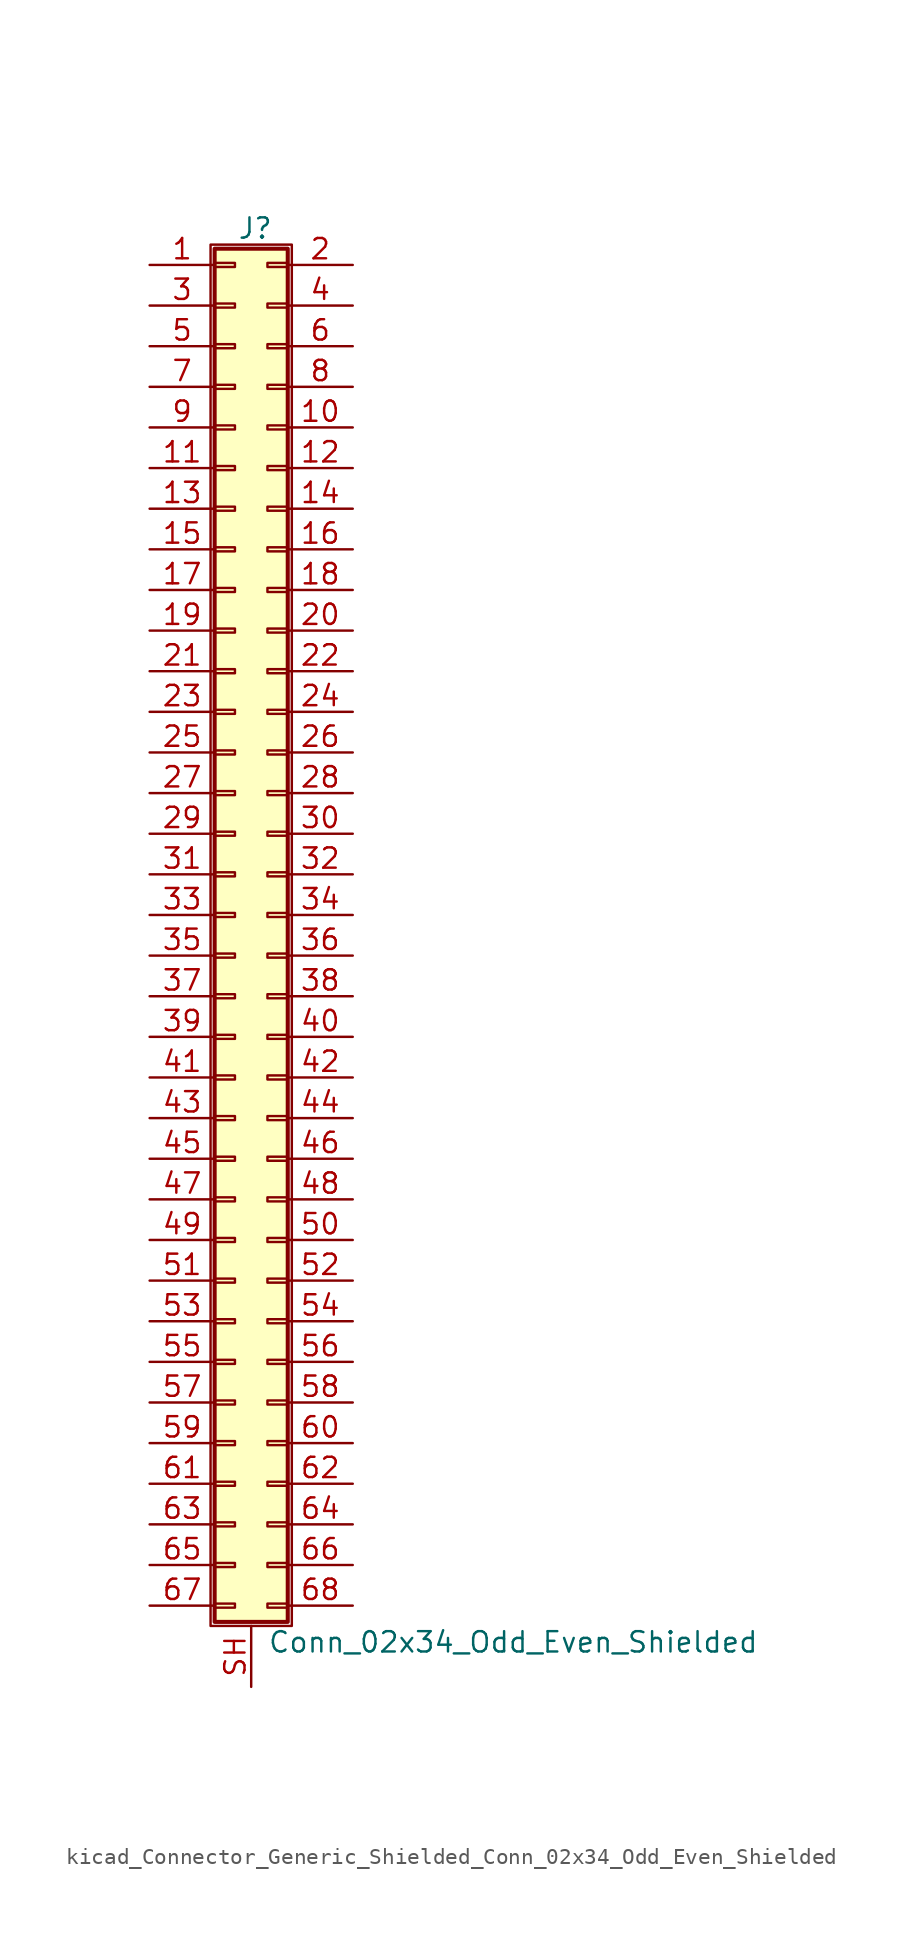
<source format=kicad_sym>
(kicad_symbol_lib
  (version 20220914)
  (generator kicad_symbol_editor)
  (symbol "kicad_Connector_Generic_Shielded_Conn_02x34_Odd_Even_Shielded"
    (pin_names
      (offset 1.016) hide)
    (property "Reference" "J"
      (at 1.524 42.926 0)
      (effects (font (size 1.27 1.27))))
    (property "Value" "Conn_02x34_Odd_Even_Shielded"
      (at 2.286 -45.466 0)
      (effects (font (size 1.27 1.27)) (justify left)))
    (symbol "kicad_Connector_Generic_Shielded_Conn_02x34_Odd_Even_Shielded_1_1"
      (rectangle (start -1.27 41.91) (end 3.81 -44.45) (stroke (width 0.152) (type default)) (fill (type none)))
      (rectangle (start -1.016 -43.053) (end 0.254 -43.307) (stroke (width 0.152) (type default)) (fill (type none)))
      (rectangle (start -1.016 -40.513) (end 0.254 -40.767) (stroke (width 0.152) (type default)) (fill (type none)))
      (rectangle (start -1.016 -37.973) (end 0.254 -38.227) (stroke (width 0.152) (type default)) (fill (type none)))
      (rectangle (start -1.016 -35.433) (end 0.254 -35.687) (stroke (width 0.152) (type default)) (fill (type none)))
      (rectangle (start -1.016 -32.893) (end 0.254 -33.147) (stroke (width 0.152) (type default)) (fill (type none)))
      (rectangle (start -1.016 -30.353) (end 0.254 -30.607) (stroke (width 0.152) (type default)) (fill (type none)))
      (rectangle (start -1.016 -27.813) (end 0.254 -28.067) (stroke (width 0.152) (type default)) (fill (type none)))
      (rectangle (start -1.016 -25.273) (end 0.254 -25.527) (stroke (width 0.152) (type default)) (fill (type none)))
      (rectangle (start -1.016 -22.733) (end 0.254 -22.987) (stroke (width 0.152) (type default)) (fill (type none)))
      (rectangle (start -1.016 -20.193) (end 0.254 -20.447) (stroke (width 0.152) (type default)) (fill (type none)))
      (rectangle (start -1.016 -17.653) (end 0.254 -17.907) (stroke (width 0.152) (type default)) (fill (type none)))
      (rectangle (start -1.016 -15.113) (end 0.254 -15.367) (stroke (width 0.152) (type default)) (fill (type none)))
      (rectangle (start -1.016 -12.573) (end 0.254 -12.827) (stroke (width 0.152) (type default)) (fill (type none)))
      (rectangle (start -1.016 -10.033) (end 0.254 -10.287) (stroke (width 0.152) (type default)) (fill (type none)))
      (rectangle (start -1.016 -7.493) (end 0.254 -7.747) (stroke (width 0.152) (type default)) (fill (type none)))
      (rectangle (start -1.016 -4.953) (end 0.254 -5.207) (stroke (width 0.152) (type default)) (fill (type none)))
      (rectangle (start -1.016 -2.413) (end 0.254 -2.667) (stroke (width 0.152) (type default)) (fill (type none)))
      (rectangle (start -1.016 0.127) (end 0.254 -0.127) (stroke (width 0.152) (type default)) (fill (type none)))
      (rectangle (start -1.016 2.667) (end 0.254 2.413) (stroke (width 0.152) (type default)) (fill (type none)))
      (rectangle (start -1.016 5.207) (end 0.254 4.953) (stroke (width 0.152) (type default)) (fill (type none)))
      (rectangle (start -1.016 7.747) (end 0.254 7.493) (stroke (width 0.152) (type default)) (fill (type none)))
      (rectangle (start -1.016 10.287) (end 0.254 10.033) (stroke (width 0.152) (type default)) (fill (type none)))
      (rectangle (start -1.016 12.827) (end 0.254 12.573) (stroke (width 0.152) (type default)) (fill (type none)))
      (rectangle (start -1.016 15.367) (end 0.254 15.113) (stroke (width 0.152) (type default)) (fill (type none)))
      (rectangle (start -1.016 17.907) (end 0.254 17.653) (stroke (width 0.152) (type default)) (fill (type none)))
      (rectangle (start -1.016 20.447) (end 0.254 20.193) (stroke (width 0.152) (type default)) (fill (type none)))
      (rectangle (start -1.016 22.987) (end 0.254 22.733) (stroke (width 0.152) (type default)) (fill (type none)))
      (rectangle (start -1.016 25.527) (end 0.254 25.273) (stroke (width 0.152) (type default)) (fill (type none)))
      (rectangle (start -1.016 28.067) (end 0.254 27.813) (stroke (width 0.152) (type default)) (fill (type none)))
      (rectangle (start -1.016 30.607) (end 0.254 30.353) (stroke (width 0.152) (type default)) (fill (type none)))
      (rectangle (start -1.016 33.147) (end 0.254 32.893) (stroke (width 0.152) (type default)) (fill (type none)))
      (rectangle (start -1.016 35.687) (end 0.254 35.433) (stroke (width 0.152) (type default)) (fill (type none)))
      (rectangle (start -1.016 38.227) (end 0.254 37.973) (stroke (width 0.152) (type default)) (fill (type none)))
      (rectangle (start -1.016 40.767) (end 0.254 40.513) (stroke (width 0.152) (type default)) (fill (type none)))
      (rectangle (start -1.016 41.656) (end 3.556 -44.196) (stroke (width 0.254) (type default)) (fill (type background)))
      (rectangle (start 3.556 -43.053) (end 2.286 -43.307) (stroke (width 0.152) (type default)) (fill (type none)))
      (rectangle (start 3.556 -40.513) (end 2.286 -40.767) (stroke (width 0.152) (type default)) (fill (type none)))
      (rectangle (start 3.556 -37.973) (end 2.286 -38.227) (stroke (width 0.152) (type default)) (fill (type none)))
      (rectangle (start 3.556 -35.433) (end 2.286 -35.687) (stroke (width 0.152) (type default)) (fill (type none)))
      (rectangle (start 3.556 -32.893) (end 2.286 -33.147) (stroke (width 0.152) (type default)) (fill (type none)))
      (rectangle (start 3.556 -30.353) (end 2.286 -30.607) (stroke (width 0.152) (type default)) (fill (type none)))
      (rectangle (start 3.556 -27.813) (end 2.286 -28.067) (stroke (width 0.152) (type default)) (fill (type none)))
      (rectangle (start 3.556 -25.273) (end 2.286 -25.527) (stroke (width 0.152) (type default)) (fill (type none)))
      (rectangle (start 3.556 -22.733) (end 2.286 -22.987) (stroke (width 0.152) (type default)) (fill (type none)))
      (rectangle (start 3.556 -20.193) (end 2.286 -20.447) (stroke (width 0.152) (type default)) (fill (type none)))
      (rectangle (start 3.556 -17.653) (end 2.286 -17.907) (stroke (width 0.152) (type default)) (fill (type none)))
      (rectangle (start 3.556 -15.113) (end 2.286 -15.367) (stroke (width 0.152) (type default)) (fill (type none)))
      (rectangle (start 3.556 -12.573) (end 2.286 -12.827) (stroke (width 0.152) (type default)) (fill (type none)))
      (rectangle (start 3.556 -10.033) (end 2.286 -10.287) (stroke (width 0.152) (type default)) (fill (type none)))
      (rectangle (start 3.556 -7.493) (end 2.286 -7.747) (stroke (width 0.152) (type default)) (fill (type none)))
      (rectangle (start 3.556 -4.953) (end 2.286 -5.207) (stroke (width 0.152) (type default)) (fill (type none)))
      (rectangle (start 3.556 -2.413) (end 2.286 -2.667) (stroke (width 0.152) (type default)) (fill (type none)))
      (rectangle (start 3.556 0.127) (end 2.286 -0.127) (stroke (width 0.152) (type default)) (fill (type none)))
      (rectangle (start 3.556 2.667) (end 2.286 2.413) (stroke (width 0.152) (type default)) (fill (type none)))
      (rectangle (start 3.556 5.207) (end 2.286 4.953) (stroke (width 0.152) (type default)) (fill (type none)))
      (rectangle (start 3.556 7.747) (end 2.286 7.493) (stroke (width 0.152) (type default)) (fill (type none)))
      (rectangle (start 3.556 10.287) (end 2.286 10.033) (stroke (width 0.152) (type default)) (fill (type none)))
      (rectangle (start 3.556 12.827) (end 2.286 12.573) (stroke (width 0.152) (type default)) (fill (type none)))
      (rectangle (start 3.556 15.367) (end 2.286 15.113) (stroke (width 0.152) (type default)) (fill (type none)))
      (rectangle (start 3.556 17.907) (end 2.286 17.653) (stroke (width 0.152) (type default)) (fill (type none)))
      (rectangle (start 3.556 20.447) (end 2.286 20.193) (stroke (width 0.152) (type default)) (fill (type none)))
      (rectangle (start 3.556 22.987) (end 2.286 22.733) (stroke (width 0.152) (type default)) (fill (type none)))
      (rectangle (start 3.556 25.527) (end 2.286 25.273) (stroke (width 0.152) (type default)) (fill (type none)))
      (rectangle (start 3.556 28.067) (end 2.286 27.813) (stroke (width 0.152) (type default)) (fill (type none)))
      (rectangle (start 3.556 30.607) (end 2.286 30.353) (stroke (width 0.152) (type default)) (fill (type none)))
      (rectangle (start 3.556 33.147) (end 2.286 32.893) (stroke (width 0.152) (type default)) (fill (type none)))
      (rectangle (start 3.556 35.687) (end 2.286 35.433) (stroke (width 0.152) (type default)) (fill (type none)))
      (rectangle (start 3.556 38.227) (end 2.286 37.973) (stroke (width 0.152) (type default)) (fill (type none)))
      (rectangle (start 3.556 40.767) (end 2.286 40.513) (stroke (width 0.152) (type default)) (fill (type none)))
      (pin passive line (at -5.08 40.64 0) (length 4.064) (name "Pin_1" (effects (font (size 1.27 1.27)))) (number "1" (effects (font (size 1.27 1.27)))))
      (pin passive line (at 7.62 30.48 180) (length 4.064) (name "Pin_10" (effects (font (size 1.27 1.27)))) (number "10" (effects (font (size 1.27 1.27)))))
      (pin passive line (at -5.08 27.94 0) (length 4.064) (name "Pin_11" (effects (font (size 1.27 1.27)))) (number "11" (effects (font (size 1.27 1.27)))))
      (pin passive line (at 7.62 27.94 180) (length 4.064) (name "Pin_12" (effects (font (size 1.27 1.27)))) (number "12" (effects (font (size 1.27 1.27)))))
      (pin passive line (at -5.08 25.4 0) (length 4.064) (name "Pin_13" (effects (font (size 1.27 1.27)))) (number "13" (effects (font (size 1.27 1.27)))))
      (pin passive line (at 7.62 25.4 180) (length 4.064) (name "Pin_14" (effects (font (size 1.27 1.27)))) (number "14" (effects (font (size 1.27 1.27)))))
      (pin passive line (at -5.08 22.86 0) (length 4.064) (name "Pin_15" (effects (font (size 1.27 1.27)))) (number "15" (effects (font (size 1.27 1.27)))))
      (pin passive line (at 7.62 22.86 180) (length 4.064) (name "Pin_16" (effects (font (size 1.27 1.27)))) (number "16" (effects (font (size 1.27 1.27)))))
      (pin passive line (at -5.08 20.32 0) (length 4.064) (name "Pin_17" (effects (font (size 1.27 1.27)))) (number "17" (effects (font (size 1.27 1.27)))))
      (pin passive line (at 7.62 20.32 180) (length 4.064) (name "Pin_18" (effects (font (size 1.27 1.27)))) (number "18" (effects (font (size 1.27 1.27)))))
      (pin passive line (at -5.08 17.78 0) (length 4.064) (name "Pin_19" (effects (font (size 1.27 1.27)))) (number "19" (effects (font (size 1.27 1.27)))))
      (pin passive line (at 7.62 40.64 180) (length 4.064) (name "Pin_2" (effects (font (size 1.27 1.27)))) (number "2" (effects (font (size 1.27 1.27)))))
      (pin passive line (at 7.62 17.78 180) (length 4.064) (name "Pin_20" (effects (font (size 1.27 1.27)))) (number "20" (effects (font (size 1.27 1.27)))))
      (pin passive line (at -5.08 15.24 0) (length 4.064) (name "Pin_21" (effects (font (size 1.27 1.27)))) (number "21" (effects (font (size 1.27 1.27)))))
      (pin passive line (at 7.62 15.24 180) (length 4.064) (name "Pin_22" (effects (font (size 1.27 1.27)))) (number "22" (effects (font (size 1.27 1.27)))))
      (pin passive line (at -5.08 12.7 0) (length 4.064) (name "Pin_23" (effects (font (size 1.27 1.27)))) (number "23" (effects (font (size 1.27 1.27)))))
      (pin passive line (at 7.62 12.7 180) (length 4.064) (name "Pin_24" (effects (font (size 1.27 1.27)))) (number "24" (effects (font (size 1.27 1.27)))))
      (pin passive line (at -5.08 10.16 0) (length 4.064) (name "Pin_25" (effects (font (size 1.27 1.27)))) (number "25" (effects (font (size 1.27 1.27)))))
      (pin passive line (at 7.62 10.16 180) (length 4.064) (name "Pin_26" (effects (font (size 1.27 1.27)))) (number "26" (effects (font (size 1.27 1.27)))))
      (pin passive line (at -5.08 7.62 0) (length 4.064) (name "Pin_27" (effects (font (size 1.27 1.27)))) (number "27" (effects (font (size 1.27 1.27)))))
      (pin passive line (at 7.62 7.62 180) (length 4.064) (name "Pin_28" (effects (font (size 1.27 1.27)))) (number "28" (effects (font (size 1.27 1.27)))))
      (pin passive line (at -5.08 5.08 0) (length 4.064) (name "Pin_29" (effects (font (size 1.27 1.27)))) (number "29" (effects (font (size 1.27 1.27)))))
      (pin passive line (at -5.08 38.1 0) (length 4.064) (name "Pin_3" (effects (font (size 1.27 1.27)))) (number "3" (effects (font (size 1.27 1.27)))))
      (pin passive line (at 7.62 5.08 180) (length 4.064) (name "Pin_30" (effects (font (size 1.27 1.27)))) (number "30" (effects (font (size 1.27 1.27)))))
      (pin passive line (at -5.08 2.54 0) (length 4.064) (name "Pin_31" (effects (font (size 1.27 1.27)))) (number "31" (effects (font (size 1.27 1.27)))))
      (pin passive line (at 7.62 2.54 180) (length 4.064) (name "Pin_32" (effects (font (size 1.27 1.27)))) (number "32" (effects (font (size 1.27 1.27)))))
      (pin passive line (at -5.08 0 0) (length 4.064) (name "Pin_33" (effects (font (size 1.27 1.27)))) (number "33" (effects (font (size 1.27 1.27)))))
      (pin passive line (at 7.62 0 180) (length 4.064) (name "Pin_34" (effects (font (size 1.27 1.27)))) (number "34" (effects (font (size 1.27 1.27)))))
      (pin passive line (at -5.08 -2.54 0) (length 4.064) (name "Pin_35" (effects (font (size 1.27 1.27)))) (number "35" (effects (font (size 1.27 1.27)))))
      (pin passive line (at 7.62 -2.54 180) (length 4.064) (name "Pin_36" (effects (font (size 1.27 1.27)))) (number "36" (effects (font (size 1.27 1.27)))))
      (pin passive line (at -5.08 -5.08 0) (length 4.064) (name "Pin_37" (effects (font (size 1.27 1.27)))) (number "37" (effects (font (size 1.27 1.27)))))
      (pin passive line (at 7.62 -5.08 180) (length 4.064) (name "Pin_38" (effects (font (size 1.27 1.27)))) (number "38" (effects (font (size 1.27 1.27)))))
      (pin passive line (at -5.08 -7.62 0) (length 4.064) (name "Pin_39" (effects (font (size 1.27 1.27)))) (number "39" (effects (font (size 1.27 1.27)))))
      (pin passive line (at 7.62 38.1 180) (length 4.064) (name "Pin_4" (effects (font (size 1.27 1.27)))) (number "4" (effects (font (size 1.27 1.27)))))
      (pin passive line (at 7.62 -7.62 180) (length 4.064) (name "Pin_40" (effects (font (size 1.27 1.27)))) (number "40" (effects (font (size 1.27 1.27)))))
      (pin passive line (at -5.08 -10.16 0) (length 4.064) (name "Pin_41" (effects (font (size 1.27 1.27)))) (number "41" (effects (font (size 1.27 1.27)))))
      (pin passive line (at 7.62 -10.16 180) (length 4.064) (name "Pin_42" (effects (font (size 1.27 1.27)))) (number "42" (effects (font (size 1.27 1.27)))))
      (pin passive line (at -5.08 -12.7 0) (length 4.064) (name "Pin_43" (effects (font (size 1.27 1.27)))) (number "43" (effects (font (size 1.27 1.27)))))
      (pin passive line (at 7.62 -12.7 180) (length 4.064) (name "Pin_44" (effects (font (size 1.27 1.27)))) (number "44" (effects (font (size 1.27 1.27)))))
      (pin passive line (at -5.08 -15.24 0) (length 4.064) (name "Pin_45" (effects (font (size 1.27 1.27)))) (number "45" (effects (font (size 1.27 1.27)))))
      (pin passive line (at 7.62 -15.24 180) (length 4.064) (name "Pin_46" (effects (font (size 1.27 1.27)))) (number "46" (effects (font (size 1.27 1.27)))))
      (pin passive line (at -5.08 -17.78 0) (length 4.064) (name "Pin_47" (effects (font (size 1.27 1.27)))) (number "47" (effects (font (size 1.27 1.27)))))
      (pin passive line (at 7.62 -17.78 180) (length 4.064) (name "Pin_48" (effects (font (size 1.27 1.27)))) (number "48" (effects (font (size 1.27 1.27)))))
      (pin passive line (at -5.08 -20.32 0) (length 4.064) (name "Pin_49" (effects (font (size 1.27 1.27)))) (number "49" (effects (font (size 1.27 1.27)))))
      (pin passive line (at -5.08 35.56 0) (length 4.064) (name "Pin_5" (effects (font (size 1.27 1.27)))) (number "5" (effects (font (size 1.27 1.27)))))
      (pin passive line (at 7.62 -20.32 180) (length 4.064) (name "Pin_50" (effects (font (size 1.27 1.27)))) (number "50" (effects (font (size 1.27 1.27)))))
      (pin passive line (at -5.08 -22.86 0) (length 4.064) (name "Pin_51" (effects (font (size 1.27 1.27)))) (number "51" (effects (font (size 1.27 1.27)))))
      (pin passive line (at 7.62 -22.86 180) (length 4.064) (name "Pin_52" (effects (font (size 1.27 1.27)))) (number "52" (effects (font (size 1.27 1.27)))))
      (pin passive line (at -5.08 -25.4 0) (length 4.064) (name "Pin_53" (effects (font (size 1.27 1.27)))) (number "53" (effects (font (size 1.27 1.27)))))
      (pin passive line (at 7.62 -25.4 180) (length 4.064) (name "Pin_54" (effects (font (size 1.27 1.27)))) (number "54" (effects (font (size 1.27 1.27)))))
      (pin passive line (at -5.08 -27.94 0) (length 4.064) (name "Pin_55" (effects (font (size 1.27 1.27)))) (number "55" (effects (font (size 1.27 1.27)))))
      (pin passive line (at 7.62 -27.94 180) (length 4.064) (name "Pin_56" (effects (font (size 1.27 1.27)))) (number "56" (effects (font (size 1.27 1.27)))))
      (pin passive line (at -5.08 -30.48 0) (length 4.064) (name "Pin_57" (effects (font (size 1.27 1.27)))) (number "57" (effects (font (size 1.27 1.27)))))
      (pin passive line (at 7.62 -30.48 180) (length 4.064) (name "Pin_58" (effects (font (size 1.27 1.27)))) (number "58" (effects (font (size 1.27 1.27)))))
      (pin passive line (at -5.08 -33.02 0) (length 4.064) (name "Pin_59" (effects (font (size 1.27 1.27)))) (number "59" (effects (font (size 1.27 1.27)))))
      (pin passive line (at 7.62 35.56 180) (length 4.064) (name "Pin_6" (effects (font (size 1.27 1.27)))) (number "6" (effects (font (size 1.27 1.27)))))
      (pin passive line (at 7.62 -33.02 180) (length 4.064) (name "Pin_60" (effects (font (size 1.27 1.27)))) (number "60" (effects (font (size 1.27 1.27)))))
      (pin passive line (at -5.08 -35.56 0) (length 4.064) (name "Pin_61" (effects (font (size 1.27 1.27)))) (number "61" (effects (font (size 1.27 1.27)))))
      (pin passive line (at 7.62 -35.56 180) (length 4.064) (name "Pin_62" (effects (font (size 1.27 1.27)))) (number "62" (effects (font (size 1.27 1.27)))))
      (pin passive line (at -5.08 -38.1 0) (length 4.064) (name "Pin_63" (effects (font (size 1.27 1.27)))) (number "63" (effects (font (size 1.27 1.27)))))
      (pin passive line (at 7.62 -38.1 180) (length 4.064) (name "Pin_64" (effects (font (size 1.27 1.27)))) (number "64" (effects (font (size 1.27 1.27)))))
      (pin passive line (at -5.08 -40.64 0) (length 4.064) (name "Pin_65" (effects (font (size 1.27 1.27)))) (number "65" (effects (font (size 1.27 1.27)))))
      (pin passive line (at 7.62 -40.64 180) (length 4.064) (name "Pin_66" (effects (font (size 1.27 1.27)))) (number "66" (effects (font (size 1.27 1.27)))))
      (pin passive line (at -5.08 -43.18 0) (length 4.064) (name "Pin_67" (effects (font (size 1.27 1.27)))) (number "67" (effects (font (size 1.27 1.27)))))
      (pin passive line (at 7.62 -43.18 180) (length 4.064) (name "Pin_68" (effects (font (size 1.27 1.27)))) (number "68" (effects (font (size 1.27 1.27)))))
      (pin passive line (at -5.08 33.02 0) (length 4.064) (name "Pin_7" (effects (font (size 1.27 1.27)))) (number "7" (effects (font (size 1.27 1.27)))))
      (pin passive line (at 7.62 33.02 180) (length 4.064) (name "Pin_8" (effects (font (size 1.27 1.27)))) (number "8" (effects (font (size 1.27 1.27)))))
      (pin passive line (at -5.08 30.48 0) (length 4.064) (name "Pin_9" (effects (font (size 1.27 1.27)))) (number "9" (effects (font (size 1.27 1.27)))))
      (pin passive line (at 1.27 -48.26 90) (length 3.81) (name "Shield" (effects (font (size 1.27 1.27)))) (number "SH" (effects (font (size 1.27 1.27))))))))
</source>
